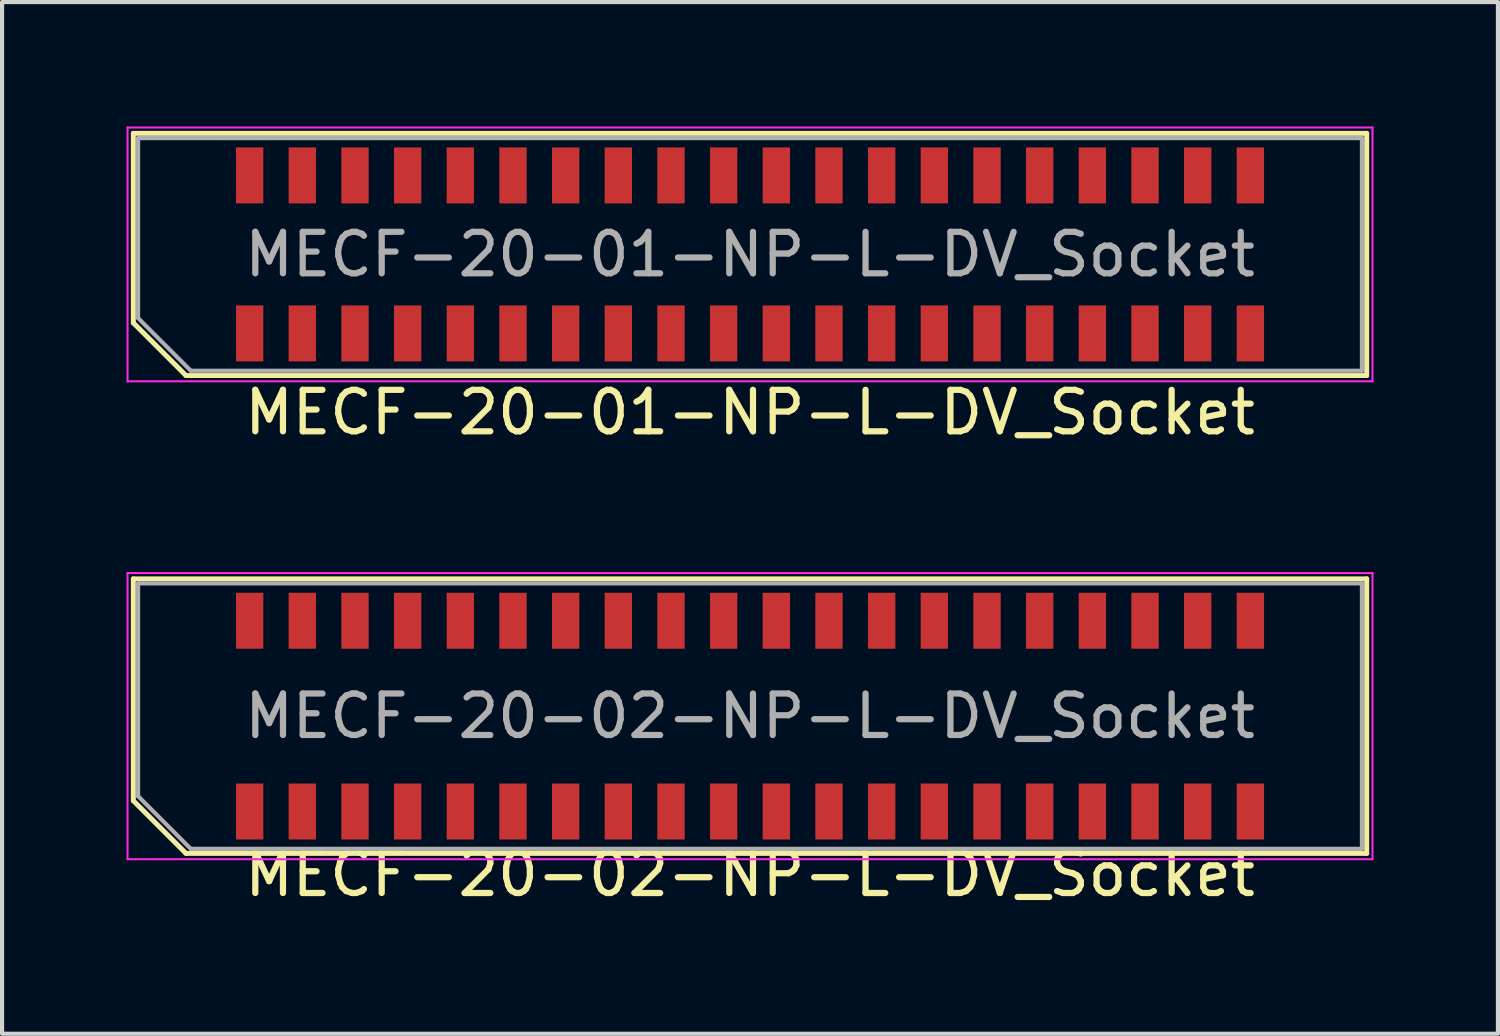
<source format=kicad_pcb>
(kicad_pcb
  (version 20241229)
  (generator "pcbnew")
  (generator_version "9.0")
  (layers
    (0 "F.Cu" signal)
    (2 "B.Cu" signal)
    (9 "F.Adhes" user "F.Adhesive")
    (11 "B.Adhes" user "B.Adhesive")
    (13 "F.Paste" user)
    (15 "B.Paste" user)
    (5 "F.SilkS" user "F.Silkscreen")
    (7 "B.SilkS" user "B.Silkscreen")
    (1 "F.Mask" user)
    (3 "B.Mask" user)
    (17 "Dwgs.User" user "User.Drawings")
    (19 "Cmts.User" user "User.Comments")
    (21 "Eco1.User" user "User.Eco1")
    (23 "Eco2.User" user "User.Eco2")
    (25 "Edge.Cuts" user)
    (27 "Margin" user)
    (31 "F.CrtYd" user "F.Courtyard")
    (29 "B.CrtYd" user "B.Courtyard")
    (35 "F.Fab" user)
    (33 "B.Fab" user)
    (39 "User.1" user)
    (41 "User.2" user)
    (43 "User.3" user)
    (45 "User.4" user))
  (footprint "MECF-20-01-NP-L-DV_Socket"
    (layer "F.Cu")
    (at 15.035 3.085)
    (property "Reference" "MECF-20-01-NP-L-DV_Socket" (at 0 3.81 0) (layer "F.SilkS") (effects (font (size 1 1) (thickness 0.15))))
    (attr smd)
    (fp_line (start -14.87 -2.92) (end 14.87 -2.92) (stroke (width 0.12) (type solid)) (layer "F.SilkS"))
    (fp_line (start -14.87 1.65) (end -14.87 -2.92) (stroke (width 0.12) (type solid)) (layer "F.SilkS"))
    (fp_line (start -13.6 2.92) (end -14.87 1.65) (stroke (width 0.12) (type solid)) (layer "F.SilkS"))
    (fp_line (start -13.6 2.92) (end 14.87 2.92) (stroke (width 0.12) (type solid)) (layer "F.SilkS"))
    (fp_line (start 14.87 2.92) (end 14.87 -2.92) (stroke (width 0.12) (type solid)) (layer "F.SilkS"))
    (fp_line (start -15.01 -3.06) (end -15.01 3.06) (stroke (width 0.05) (type solid)) (layer "F.CrtYd"))
    (fp_line (start -15.01 3.06) (end 15.01 3.06) (stroke (width 0.05) (type solid)) (layer "F.CrtYd"))
    (fp_line (start 15.01 -3.06) (end -15.01 -3.06) (stroke (width 0.05) (type solid)) (layer "F.CrtYd"))
    (fp_line (start 15.01 3.06) (end 15.01 -3.06) (stroke (width 0.05) (type solid)) (layer "F.CrtYd"))
    (fp_line (start -14.755 -2.805) (end 14.755 -2.805) (stroke (width 0.1) (type solid)) (layer "F.Fab"))
    (fp_line (start -14.755 1.535) (end -14.755 -2.805) (stroke (width 0.1) (type solid)) (layer "F.Fab"))
    (fp_line (start -14.755 1.535) (end -13.485 2.805) (stroke (width 0.1) (type solid)) (layer "F.Fab"))
    (fp_line (start -13.485 2.805) (end 14.755 2.805) (stroke (width 0.1) (type solid)) (layer "F.Fab"))
    (fp_line (start 14.755 2.805) (end 14.755 -2.805) (stroke (width 0.1) (type solid)) (layer "F.Fab"))
    (fp_text user "${REFERENCE}" (at 0 0 0) (layer "F.Fab") (effects (font (size 1 1) (thickness 0.15))))
    (pad "" np_thru_hole circle (at -13.845 0) (size 0.001 0.001) (drill 1.45) (layers "*.Cu" "*.Mask"))
    (pad "" np_thru_hole circle (at 13.845 1) (size 0.001 0.001) (drill 1.45) (layers "*.Cu" "*.Mask"))
    (pad "1" smd rect (at -12.065 1.905) (size 0.66 1.35) (layers "F.Cu" "F.Mask" "F.Paste"))
    (pad "2" smd rect (at -12.065 -1.905) (size 0.66 1.35) (layers "F.Cu" "F.Mask" "F.Paste"))
    (pad "3" smd rect (at -10.795 1.905) (size 0.66 1.35) (layers "F.Cu" "F.Mask" "F.Paste"))
    (pad "4" smd rect (at -10.795 -1.905) (size 0.66 1.35) (layers "F.Cu" "F.Mask" "F.Paste"))
    (pad "5" smd rect (at -9.525 1.905) (size 0.66 1.35) (layers "F.Cu" "F.Mask" "F.Paste"))
    (pad "6" smd rect (at -9.525 -1.905) (size 0.66 1.35) (layers "F.Cu" "F.Mask" "F.Paste"))
    (pad "7" smd rect (at -8.255 1.905) (size 0.66 1.35) (layers "F.Cu" "F.Mask" "F.Paste"))
    (pad "8" smd rect (at -8.255 -1.905) (size 0.66 1.35) (layers "F.Cu" "F.Mask" "F.Paste"))
    (pad "9" smd rect (at -6.985 1.905) (size 0.66 1.35) (layers "F.Cu" "F.Mask" "F.Paste"))
    (pad "10" smd rect (at -6.985 -1.905) (size 0.66 1.35) (layers "F.Cu" "F.Mask" "F.Paste"))
    (pad "11" smd rect (at -5.715 1.905) (size 0.66 1.35) (layers "F.Cu" "F.Mask" "F.Paste"))
    (pad "12" smd rect (at -5.715 -1.905) (size 0.66 1.35) (layers "F.Cu" "F.Mask" "F.Paste"))
    (pad "13" smd rect (at -4.445 1.905) (size 0.66 1.35) (layers "F.Cu" "F.Mask" "F.Paste"))
    (pad "14" smd rect (at -4.445 -1.905) (size 0.66 1.35) (layers "F.Cu" "F.Mask" "F.Paste"))
    (pad "15" smd rect (at -3.175 1.905) (size 0.66 1.35) (layers "F.Cu" "F.Mask" "F.Paste"))
    (pad "16" smd rect (at -3.175 -1.905) (size 0.66 1.35) (layers "F.Cu" "F.Mask" "F.Paste"))
    (pad "17" smd rect (at -1.905 1.905) (size 0.66 1.35) (layers "F.Cu" "F.Mask" "F.Paste"))
    (pad "18" smd rect (at -1.905 -1.905) (size 0.66 1.35) (layers "F.Cu" "F.Mask" "F.Paste"))
    (pad "19" smd rect (at -0.635 1.905) (size 0.66 1.35) (layers "F.Cu" "F.Mask" "F.Paste"))
    (pad "20" smd rect (at -0.635 -1.905) (size 0.66 1.35) (layers "F.Cu" "F.Mask" "F.Paste"))
    (pad "21" smd rect (at 0.635 1.905) (size 0.66 1.35) (layers "F.Cu" "F.Mask" "F.Paste"))
    (pad "22" smd rect (at 0.635 -1.905) (size 0.66 1.35) (layers "F.Cu" "F.Mask" "F.Paste"))
    (pad "23" smd rect (at 1.905 1.905) (size 0.66 1.35) (layers "F.Cu" "F.Mask" "F.Paste"))
    (pad "24" smd rect (at 1.905 -1.905) (size 0.66 1.35) (layers "F.Cu" "F.Mask" "F.Paste"))
    (pad "25" smd rect (at 3.175 1.905) (size 0.66 1.35) (layers "F.Cu" "F.Mask" "F.Paste"))
    (pad "26" smd rect (at 3.175 -1.905) (size 0.66 1.35) (layers "F.Cu" "F.Mask" "F.Paste"))
    (pad "27" smd rect (at 4.445 1.905) (size 0.66 1.35) (layers "F.Cu" "F.Mask" "F.Paste"))
    (pad "28" smd rect (at 4.445 -1.905) (size 0.66 1.35) (layers "F.Cu" "F.Mask" "F.Paste"))
    (pad "29" smd rect (at 5.715 1.905) (size 0.66 1.35) (layers "F.Cu" "F.Mask" "F.Paste"))
    (pad "30" smd rect (at 5.715 -1.905) (size 0.66 1.35) (layers "F.Cu" "F.Mask" "F.Paste"))
    (pad "31" smd rect (at 6.985 1.905) (size 0.66 1.35) (layers "F.Cu" "F.Mask" "F.Paste"))
    (pad "32" smd rect (at 6.985 -1.905) (size 0.66 1.35) (layers "F.Cu" "F.Mask" "F.Paste"))
    (pad "33" smd rect (at 8.255 1.905) (size 0.66 1.35) (layers "F.Cu" "F.Mask" "F.Paste"))
    (pad "34" smd rect (at 8.255 -1.905) (size 0.66 1.35) (layers "F.Cu" "F.Mask" "F.Paste"))
    (pad "35" smd rect (at 9.525 1.905) (size 0.66 1.35) (layers "F.Cu" "F.Mask" "F.Paste"))
    (pad "36" smd rect (at 9.525 -1.905) (size 0.66 1.35) (layers "F.Cu" "F.Mask" "F.Paste"))
    (pad "37" smd rect (at 10.795 1.905) (size 0.66 1.35) (layers "F.Cu" "F.Mask" "F.Paste"))
    (pad "38" smd rect (at 10.795 -1.905) (size 0.66 1.35) (layers "F.Cu" "F.Mask" "F.Paste"))
    (pad "39" smd rect (at 12.065 1.905) (size 0.66 1.35) (layers "F.Cu" "F.Mask" "F.Paste"))
    (pad "40" smd rect (at 12.065 -1.905) (size 0.66 1.35) (layers "F.Cu" "F.Mask" "F.Paste")))
  (footprint "MECF-20-02-NP-L-DV_Socket"
    (layer "F.Cu")
    (at 15.035 14.218)
    (property "Reference" "MECF-20-02-NP-L-DV_Socket" (at 0 3.81 0) (layer "F.SilkS") (effects (font (size 1 1) (thickness 0.15))))
    (attr smd)
    (fp_line (start -14.87 -3.31) (end 14.87 -3.31) (stroke (width 0.12) (type solid)) (layer "F.SilkS"))
    (fp_line (start -14.87 2.04) (end -14.87 -3.31) (stroke (width 0.12) (type solid)) (layer "F.SilkS"))
    (fp_line (start -13.6 3.31) (end -14.87 2.04) (stroke (width 0.12) (type solid)) (layer "F.SilkS"))
    (fp_line (start -13.6 3.31) (end 14.87 3.31) (stroke (width 0.12) (type solid)) (layer "F.SilkS"))
    (fp_line (start 14.87 3.31) (end 14.87 -3.31) (stroke (width 0.12) (type solid)) (layer "F.SilkS"))
    (fp_line (start -15.01 -3.45) (end -15.01 3.45) (stroke (width 0.05) (type solid)) (layer "F.CrtYd"))
    (fp_line (start -15.01 3.45) (end 15.01 3.45) (stroke (width 0.05) (type solid)) (layer "F.CrtYd"))
    (fp_line (start 15.01 -3.45) (end -15.01 -3.45) (stroke (width 0.05) (type solid)) (layer "F.CrtYd"))
    (fp_line (start 15.01 3.45) (end 15.01 -3.45) (stroke (width 0.05) (type solid)) (layer "F.CrtYd"))
    (fp_line (start -14.755 -3.2) (end 14.755 -3.2) (stroke (width 0.1) (type solid)) (layer "F.Fab"))
    (fp_line (start -14.755 1.93) (end -14.755 -3.2) (stroke (width 0.1) (type solid)) (layer "F.Fab"))
    (fp_line (start -14.755 1.93) (end -13.485 3.2) (stroke (width 0.1) (type solid)) (layer "F.Fab"))
    (fp_line (start -13.485 3.2) (end 14.755 3.2) (stroke (width 0.1) (type solid)) (layer "F.Fab"))
    (fp_line (start 14.755 3.2) (end 14.755 -3.2) (stroke (width 0.1) (type solid)) (layer "F.Fab"))
    (fp_text user "${REFERENCE}" (at 0 0 0) (layer "F.Fab") (effects (font (size 1 1) (thickness 0.15))))
    (pad "" np_thru_hole circle (at -13.845 0) (size 0.001 0.001) (drill 1.45) (layers "*.Cu" "*.Mask"))
    (pad "" np_thru_hole circle (at 13.845 1) (size 0.001 0.001) (drill 1.45) (layers "*.Cu" "*.Mask"))
    (pad "1" smd rect (at -12.065 2.3) (size 0.66 1.35) (layers "F.Cu" "F.Mask" "F.Paste"))
    (pad "2" smd rect (at -12.065 -2.3) (size 0.66 1.35) (layers "F.Cu" "F.Mask" "F.Paste"))
    (pad "3" smd rect (at -10.795 2.3) (size 0.66 1.35) (layers "F.Cu" "F.Mask" "F.Paste"))
    (pad "4" smd rect (at -10.795 -2.3) (size 0.66 1.35) (layers "F.Cu" "F.Mask" "F.Paste"))
    (pad "5" smd rect (at -9.525 2.3) (size 0.66 1.35) (layers "F.Cu" "F.Mask" "F.Paste"))
    (pad "6" smd rect (at -9.525 -2.3) (size 0.66 1.35) (layers "F.Cu" "F.Mask" "F.Paste"))
    (pad "7" smd rect (at -8.255 2.3) (size 0.66 1.35) (layers "F.Cu" "F.Mask" "F.Paste"))
    (pad "8" smd rect (at -8.255 -2.3) (size 0.66 1.35) (layers "F.Cu" "F.Mask" "F.Paste"))
    (pad "9" smd rect (at -6.985 2.3) (size 0.66 1.35) (layers "F.Cu" "F.Mask" "F.Paste"))
    (pad "10" smd rect (at -6.985 -2.3) (size 0.66 1.35) (layers "F.Cu" "F.Mask" "F.Paste"))
    (pad "11" smd rect (at -5.715 2.3) (size 0.66 1.35) (layers "F.Cu" "F.Mask" "F.Paste"))
    (pad "12" smd rect (at -5.715 -2.3) (size 0.66 1.35) (layers "F.Cu" "F.Mask" "F.Paste"))
    (pad "13" smd rect (at -4.445 2.3) (size 0.66 1.35) (layers "F.Cu" "F.Mask" "F.Paste"))
    (pad "14" smd rect (at -4.445 -2.3) (size 0.66 1.35) (layers "F.Cu" "F.Mask" "F.Paste"))
    (pad "15" smd rect (at -3.175 2.3) (size 0.66 1.35) (layers "F.Cu" "F.Mask" "F.Paste"))
    (pad "16" smd rect (at -3.175 -2.3) (size 0.66 1.35) (layers "F.Cu" "F.Mask" "F.Paste"))
    (pad "17" smd rect (at -1.905 2.3) (size 0.66 1.35) (layers "F.Cu" "F.Mask" "F.Paste"))
    (pad "18" smd rect (at -1.905 -2.3) (size 0.66 1.35) (layers "F.Cu" "F.Mask" "F.Paste"))
    (pad "19" smd rect (at -0.635 2.3) (size 0.66 1.35) (layers "F.Cu" "F.Mask" "F.Paste"))
    (pad "20" smd rect (at -0.635 -2.3) (size 0.66 1.35) (layers "F.Cu" "F.Mask" "F.Paste"))
    (pad "21" smd rect (at 0.635 2.3) (size 0.66 1.35) (layers "F.Cu" "F.Mask" "F.Paste"))
    (pad "22" smd rect (at 0.635 -2.3) (size 0.66 1.35) (layers "F.Cu" "F.Mask" "F.Paste"))
    (pad "23" smd rect (at 1.905 2.3) (size 0.66 1.35) (layers "F.Cu" "F.Mask" "F.Paste"))
    (pad "24" smd rect (at 1.905 -2.3) (size 0.66 1.35) (layers "F.Cu" "F.Mask" "F.Paste"))
    (pad "25" smd rect (at 3.175 2.3) (size 0.66 1.35) (layers "F.Cu" "F.Mask" "F.Paste"))
    (pad "26" smd rect (at 3.175 -2.3) (size 0.66 1.35) (layers "F.Cu" "F.Mask" "F.Paste"))
    (pad "27" smd rect (at 4.445 2.3) (size 0.66 1.35) (layers "F.Cu" "F.Mask" "F.Paste"))
    (pad "28" smd rect (at 4.445 -2.3) (size 0.66 1.35) (layers "F.Cu" "F.Mask" "F.Paste"))
    (pad "29" smd rect (at 5.715 2.3) (size 0.66 1.35) (layers "F.Cu" "F.Mask" "F.Paste"))
    (pad "30" smd rect (at 5.715 -2.3) (size 0.66 1.35) (layers "F.Cu" "F.Mask" "F.Paste"))
    (pad "31" smd rect (at 6.985 2.3) (size 0.66 1.35) (layers "F.Cu" "F.Mask" "F.Paste"))
    (pad "32" smd rect (at 6.985 -2.3) (size 0.66 1.35) (layers "F.Cu" "F.Mask" "F.Paste"))
    (pad "33" smd rect (at 8.255 2.3) (size 0.66 1.35) (layers "F.Cu" "F.Mask" "F.Paste"))
    (pad "34" smd rect (at 8.255 -2.3) (size 0.66 1.35) (layers "F.Cu" "F.Mask" "F.Paste"))
    (pad "35" smd rect (at 9.525 2.3) (size 0.66 1.35) (layers "F.Cu" "F.Mask" "F.Paste"))
    (pad "36" smd rect (at 9.525 -2.3) (size 0.66 1.35) (layers "F.Cu" "F.Mask" "F.Paste"))
    (pad "37" smd rect (at 10.795 2.3) (size 0.66 1.35) (layers "F.Cu" "F.Mask" "F.Paste"))
    (pad "38" smd rect (at 10.795 -2.3) (size 0.66 1.35) (layers "F.Cu" "F.Mask" "F.Paste"))
    (pad "39" smd rect (at 12.065 2.3) (size 0.66 1.35) (layers "F.Cu" "F.Mask" "F.Paste"))
    (pad "40" smd rect (at 12.065 -2.3) (size 0.66 1.35) (layers "F.Cu" "F.Mask" "F.Paste")))
  (gr_rect
    (start -3 -3)
    (end 33.07 21.877)
    (stroke (width 0.1) (type default))
    (fill no)
    (layer "Edge.Cuts")))
</source>
